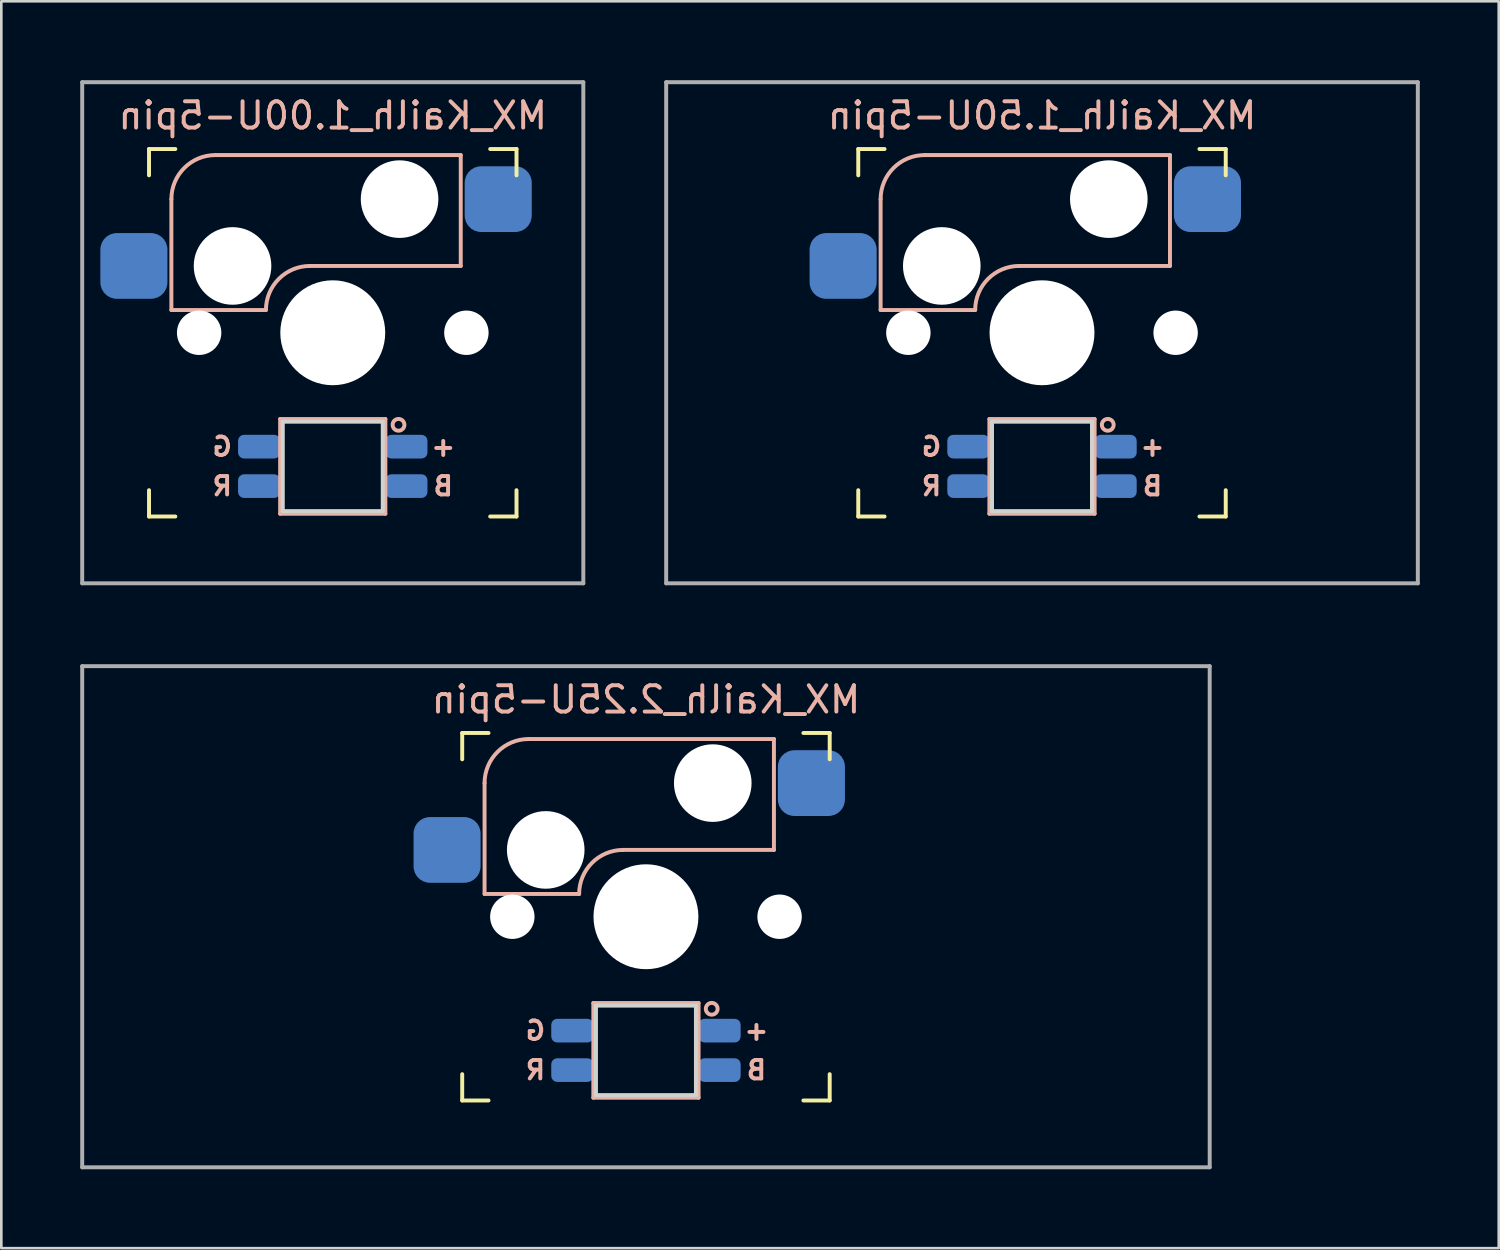
<source format=kicad_pcb>
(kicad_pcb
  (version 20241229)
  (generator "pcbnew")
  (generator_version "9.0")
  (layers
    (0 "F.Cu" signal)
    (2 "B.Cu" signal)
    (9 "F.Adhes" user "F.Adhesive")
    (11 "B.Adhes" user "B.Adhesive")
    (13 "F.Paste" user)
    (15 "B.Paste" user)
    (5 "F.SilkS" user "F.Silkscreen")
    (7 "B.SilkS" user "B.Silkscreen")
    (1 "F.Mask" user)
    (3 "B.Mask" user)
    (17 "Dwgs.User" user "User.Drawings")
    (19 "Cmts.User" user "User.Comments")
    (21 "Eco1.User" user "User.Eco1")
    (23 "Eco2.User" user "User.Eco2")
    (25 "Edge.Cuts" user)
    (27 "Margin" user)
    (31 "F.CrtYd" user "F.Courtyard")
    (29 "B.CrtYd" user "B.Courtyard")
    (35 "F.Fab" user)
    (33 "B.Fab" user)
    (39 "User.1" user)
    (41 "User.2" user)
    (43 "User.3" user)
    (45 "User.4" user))
  (footprint "MX_Kailh_1.00U-5pin"
    (layer "F.Cu")
    (at 9.6 9.6)
    (property "Reference" "MX_Kailh_1.00U-5pin" (at 0 -8.255 0) (layer "B.SilkS") (effects (font (size 1 1) (thickness 0.15)) (justify mirror)))
    (attr smd)
    (fp_line (start -6.985 -5.985) (end -6.985 -6.985) (stroke (width 0.15) (type solid)) (layer "F.SilkS"))
    (fp_line (start -6.985 6.985) (end -6.985 5.985) (stroke (width 0.15) (type solid)) (layer "F.SilkS"))
    (fp_line (start -6.985 6.985) (end -5.985 6.985) (stroke (width 0.15) (type solid)) (layer "F.SilkS"))
    (fp_line (start -5.985 -6.985) (end -6.985 -6.985) (stroke (width 0.15) (type solid)) (layer "F.SilkS"))
    (fp_line (start 5.985 6.985) (end 6.985 6.985) (stroke (width 0.15) (type solid)) (layer "F.SilkS"))
    (fp_line (start 6.985 -6.985) (end 5.985 -6.985) (stroke (width 0.15) (type solid)) (layer "F.SilkS"))
    (fp_line (start 6.985 -6.985) (end 6.985 -5.985) (stroke (width 0.15) (type solid)) (layer "F.SilkS"))
    (fp_line (start 6.985 5.985) (end 6.985 6.985) (stroke (width 0.15) (type solid)) (layer "F.SilkS"))
    (fp_line (start -6.135 -5.08) (end -6.135 -0.865) (stroke (width 0.15) (type solid)) (layer "B.SilkS"))
    (fp_line (start -6.135 -0.865) (end -2.54 -0.865) (stroke (width 0.15) (type solid)) (layer "B.SilkS"))
    (fp_line (start -4.46 -6.755) (end 4.865 -6.755) (stroke (width 0.15) (type solid)) (layer "B.SilkS"))
    (fp_line (start -2 3.28) (end -2 6.88) (stroke (width 0.15) (type solid)) (layer "B.SilkS"))
    (fp_line (start -2 6.88) (end 2 6.88) (stroke (width 0.15) (type solid)) (layer "B.SilkS"))
    (fp_line (start -0.865 -2.54) (end 4.865 -2.54) (stroke (width 0.15) (type solid)) (layer "B.SilkS"))
    (fp_line (start 2 3.28) (end -2 3.28) (stroke (width 0.15) (type solid)) (layer "B.SilkS"))
    (fp_line (start 2 6.88) (end 2 3.28) (stroke (width 0.15) (type solid)) (layer "B.SilkS"))
    (fp_line (start 4.865 -6.755) (end 4.865 -2.54) (stroke (width 0.15) (type solid)) (layer "B.SilkS"))
    (fp_arc (start -6.135 -5.08) (mid -5.644404 -6.264404) (end -4.46 -6.755) (stroke (width 0.15) (type solid)) (layer "B.SilkS"))
    (fp_arc (start -2.54 -0.865) (mid -2.049404 -2.049404) (end -0.865 -2.54) (stroke (width 0.15) (type solid)) (layer "B.SilkS"))
    (fp_circle (center 2.5 3.5) (end 2.724 3.5) (stroke (width 0.15) (type solid)) (fill no) (layer "B.SilkS"))
    (fp_line (start -6.985 6.985) (end -6.985 -6.985) (stroke (width 0.15) (type solid)) (layer "Eco2.User"))
    (fp_line (start -6.985 6.985) (end 6.985 6.985) (stroke (width 0.15) (type solid)) (layer "Eco2.User"))
    (fp_line (start 6.985 -6.985) (end -6.985 -6.985) (stroke (width 0.15) (type solid)) (layer "Eco2.User"))
    (fp_line (start 6.985 -6.985) (end 6.985 6.985) (stroke (width 0.15) (type solid)) (layer "Eco2.User"))
    (fp_line (start -1.9 3.38) (end -1.9 6.78) (stroke (width 0.15) (type solid)) (layer "Edge.Cuts"))
    (fp_line (start -1.9 3.38) (end 1.9 3.38) (stroke (width 0.15) (type solid)) (layer "Edge.Cuts"))
    (fp_line (start -1.9 6.78) (end 1.9 6.78) (stroke (width 0.15) (type solid)) (layer "Edge.Cuts"))
    (fp_line (start 1.9 3.38) (end 1.9 6.78) (stroke (width 0.15) (type solid)) (layer "Edge.Cuts"))
    (fp_line (start -9.525 -9.525) (end 9.525 -9.525) (stroke (width 0.15) (type solid)) (layer "F.Fab"))
    (fp_line (start -9.525 9.525) (end -9.525 -9.525) (stroke (width 0.15) (type solid)) (layer "F.Fab"))
    (fp_line (start 9.525 -9.525) (end 9.525 9.525) (stroke (width 0.15) (type solid)) (layer "F.Fab"))
    (fp_line (start 9.525 9.525) (end -9.525 9.525) (stroke (width 0.15) (type solid)) (layer "F.Fab"))
    (fp_text user "B" (at 4.2 5.83 0) (layer "B.SilkS") (effects (font (size 0.7 0.7) (thickness 0.15)) (justify mirror)))
    (fp_text user "R" (at -4.2 5.83 0) (layer "B.SilkS") (effects (font (size 0.7 0.7) (thickness 0.15)) (justify mirror)))
    (fp_text user "G" (at -4.2 4.33 0) (layer "B.SilkS") (effects (font (size 0.7 0.7) (thickness 0.15)) (justify mirror)))
    (fp_text user "+" (at 4.2 4.33 0) (layer "B.SilkS") (effects (font (size 0.7 0.7) (thickness 0.15)) (justify mirror)))
    (pad "" np_thru_hole circle (at -5.08 0) (size 1.688 1.688) (drill 1.688) (layers "*.Cu" "*.Mask"))
    (pad "" np_thru_hole circle (at -3.81 -2.54) (size 2.95 2.95) (drill 2.95) (layers "*.Cu" "*.Mask"))
    (pad "" np_thru_hole circle (at 0 0) (size 3.988 3.988) (drill 3.988) (layers "*.Cu" "*.Mask"))
    (pad "" np_thru_hole circle (at 2.54 -5.08) (size 2.95 2.95) (drill 2.95) (layers "*.Cu" "*.Mask"))
    (pad "" np_thru_hole circle (at 5.08 0) (size 1.688 1.688) (drill 1.688) (layers "*.Cu" "*.Mask"))
    (pad "1" smd roundrect (at 6.29 -5.08) (size 2.55 2.5) (layers "B.Cu" "B.Mask" "B.Paste") (roundrect_rratio 0.25))
    (pad "2" smd roundrect (at -7.56 -2.54) (size 2.55 2.5) (layers "B.Cu" "B.Mask" "B.Paste") (roundrect_rratio 0.25))
    (pad "3" smd roundrect (at 2.8 4.33) (size 1.6 0.9) (layers "B.Cu" "B.Mask" "B.Paste") (roundrect_rratio 0.25))
    (pad "4" smd roundrect (at -2.8 5.83) (size 1.6 0.9) (layers "B.Cu" "B.Mask" "B.Paste") (roundrect_rratio 0.25))
    (pad "5" smd roundrect (at -2.8 4.33) (size 1.6 0.9) (layers "B.Cu" "B.Mask" "B.Paste") (roundrect_rratio 0.25))
    (pad "6" smd roundrect (at 2.8 5.83) (size 1.6 0.9) (layers "B.Cu" "B.Mask" "B.Paste") (roundrect_rratio 0.25)))
  (footprint "MX_Kailh_1.50U-5pin"
    (layer "F.Cu")
    (at 36.562 9.6)
    (property "Reference" "MX_Kailh_1.50U-5pin" (at 0 -8.255 0) (layer "B.SilkS") (effects (font (size 1 1) (thickness 0.15)) (justify mirror)))
    (attr smd)
    (fp_line (start -6.985 -5.985) (end -6.985 -6.985) (stroke (width 0.15) (type solid)) (layer "F.SilkS"))
    (fp_line (start -6.985 6.985) (end -6.985 5.985) (stroke (width 0.15) (type solid)) (layer "F.SilkS"))
    (fp_line (start -6.985 6.985) (end -5.985 6.985) (stroke (width 0.15) (type solid)) (layer "F.SilkS"))
    (fp_line (start -5.985 -6.985) (end -6.985 -6.985) (stroke (width 0.15) (type solid)) (layer "F.SilkS"))
    (fp_line (start 5.985 6.985) (end 6.985 6.985) (stroke (width 0.15) (type solid)) (layer "F.SilkS"))
    (fp_line (start 6.985 -6.985) (end 5.985 -6.985) (stroke (width 0.15) (type solid)) (layer "F.SilkS"))
    (fp_line (start 6.985 -6.985) (end 6.985 -5.985) (stroke (width 0.15) (type solid)) (layer "F.SilkS"))
    (fp_line (start 6.985 5.985) (end 6.985 6.985) (stroke (width 0.15) (type solid)) (layer "F.SilkS"))
    (fp_line (start -6.135 -5.08) (end -6.135 -0.865) (stroke (width 0.15) (type solid)) (layer "B.SilkS"))
    (fp_line (start -6.135 -0.865) (end -2.54 -0.865) (stroke (width 0.15) (type solid)) (layer "B.SilkS"))
    (fp_line (start -4.46 -6.755) (end 4.865 -6.755) (stroke (width 0.15) (type solid)) (layer "B.SilkS"))
    (fp_line (start -2 3.28) (end -2 6.88) (stroke (width 0.15) (type solid)) (layer "B.SilkS"))
    (fp_line (start -2 6.88) (end 2 6.88) (stroke (width 0.15) (type solid)) (layer "B.SilkS"))
    (fp_line (start -0.865 -2.54) (end 4.865 -2.54) (stroke (width 0.15) (type solid)) (layer "B.SilkS"))
    (fp_line (start 2 3.28) (end -2 3.28) (stroke (width 0.15) (type solid)) (layer "B.SilkS"))
    (fp_line (start 2 6.88) (end 2 3.28) (stroke (width 0.15) (type solid)) (layer "B.SilkS"))
    (fp_line (start 4.865 -6.755) (end 4.865 -2.54) (stroke (width 0.15) (type solid)) (layer "B.SilkS"))
    (fp_arc (start -6.135 -5.08) (mid -5.644404 -6.264404) (end -4.46 -6.755) (stroke (width 0.15) (type solid)) (layer "B.SilkS"))
    (fp_arc (start -2.54 -0.865) (mid -2.049404 -2.049404) (end -0.865 -2.54) (stroke (width 0.15) (type solid)) (layer "B.SilkS"))
    (fp_circle (center 2.5 3.5) (end 2.724 3.5) (stroke (width 0.15) (type solid)) (fill no) (layer "B.SilkS"))
    (fp_line (start -6.985 6.985) (end -6.985 -6.985) (stroke (width 0.15) (type solid)) (layer "Eco2.User"))
    (fp_line (start -6.985 6.985) (end 6.985 6.985) (stroke (width 0.15) (type solid)) (layer "Eco2.User"))
    (fp_line (start 6.985 -6.985) (end -6.985 -6.985) (stroke (width 0.15) (type solid)) (layer "Eco2.User"))
    (fp_line (start 6.985 -6.985) (end 6.985 6.985) (stroke (width 0.15) (type solid)) (layer "Eco2.User"))
    (fp_line (start -1.9 3.38) (end -1.9 6.78) (stroke (width 0.15) (type solid)) (layer "Edge.Cuts"))
    (fp_line (start -1.9 3.38) (end 1.9 3.38) (stroke (width 0.15) (type solid)) (layer "Edge.Cuts"))
    (fp_line (start -1.9 6.78) (end 1.9 6.78) (stroke (width 0.15) (type solid)) (layer "Edge.Cuts"))
    (fp_line (start 1.9 3.38) (end 1.9 6.78) (stroke (width 0.15) (type solid)) (layer "Edge.Cuts"))
    (fp_line (start -14.287 -9.525) (end 14.287 -9.525) (stroke (width 0.15) (type solid)) (layer "F.Fab"))
    (fp_line (start -14.287 9.525) (end -14.287 -9.525) (stroke (width 0.15) (type solid)) (layer "F.Fab"))
    (fp_line (start 14.287 -9.525) (end 14.287 9.525) (stroke (width 0.15) (type solid)) (layer "F.Fab"))
    (fp_line (start 14.287 9.525) (end -14.287 9.525) (stroke (width 0.15) (type solid)) (layer "F.Fab"))
    (fp_text user "R" (at -4.2 5.83 0) (layer "B.SilkS") (effects (font (size 0.7 0.7) (thickness 0.15)) (justify mirror)))
    (fp_text user "B" (at 4.2 5.83 0) (layer "B.SilkS") (effects (font (size 0.7 0.7) (thickness 0.15)) (justify mirror)))
    (fp_text user "+" (at 4.2 4.33 0) (layer "B.SilkS") (effects (font (size 0.7 0.7) (thickness 0.15)) (justify mirror)))
    (fp_text user "G" (at -4.2 4.33 0) (layer "B.SilkS") (effects (font (size 0.7 0.7) (thickness 0.15)) (justify mirror)))
    (pad "" np_thru_hole circle (at -5.08 0) (size 1.688 1.688) (drill 1.688) (layers "*.Cu" "*.Mask"))
    (pad "" np_thru_hole circle (at -3.81 -2.54) (size 2.95 2.95) (drill 2.95) (layers "*.Cu" "*.Mask"))
    (pad "" np_thru_hole circle (at 0 0) (size 3.988 3.988) (drill 3.988) (layers "*.Cu" "*.Mask"))
    (pad "" np_thru_hole circle (at 2.54 -5.08) (size 2.95 2.95) (drill 2.95) (layers "*.Cu" "*.Mask"))
    (pad "" np_thru_hole circle (at 5.08 0) (size 1.688 1.688) (drill 1.688) (layers "*.Cu" "*.Mask"))
    (pad "1" smd roundrect (at 6.29 -5.08) (size 2.55 2.5) (layers "B.Cu" "B.Mask" "B.Paste") (roundrect_rratio 0.25))
    (pad "2" smd roundrect (at -7.56 -2.54) (size 2.55 2.5) (layers "B.Cu" "B.Mask" "B.Paste") (roundrect_rratio 0.25))
    (pad "3" smd roundrect (at 2.8 4.33) (size 1.6 0.9) (layers "B.Cu" "B.Mask" "B.Paste") (roundrect_rratio 0.25))
    (pad "4" smd roundrect (at -2.8 5.83) (size 1.6 0.9) (layers "B.Cu" "B.Mask" "B.Paste") (roundrect_rratio 0.25))
    (pad "5" smd roundrect (at -2.8 4.33) (size 1.6 0.9) (layers "B.Cu" "B.Mask" "B.Paste") (roundrect_rratio 0.25))
    (pad "6" smd roundrect (at 2.8 5.83) (size 1.6 0.9) (layers "B.Cu" "B.Mask" "B.Paste") (roundrect_rratio 0.25)))
  (footprint "MX_Kailh_2.25U-5pin"
    (layer "F.Cu")
    (at 21.506 31.8)
    (property "Reference" "MX_Kailh_2.25U-5pin" (at 0 -8.255 0) (layer "B.SilkS") (effects (font (size 1 1) (thickness 0.15)) (justify mirror)))
    (attr smd)
    (fp_line (start -6.985 -5.985) (end -6.985 -6.985) (stroke (width 0.15) (type solid)) (layer "F.SilkS"))
    (fp_line (start -6.985 6.985) (end -6.985 5.985) (stroke (width 0.15) (type solid)) (layer "F.SilkS"))
    (fp_line (start -6.985 6.985) (end -5.985 6.985) (stroke (width 0.15) (type solid)) (layer "F.SilkS"))
    (fp_line (start -5.985 -6.985) (end -6.985 -6.985) (stroke (width 0.15) (type solid)) (layer "F.SilkS"))
    (fp_line (start 5.985 6.985) (end 6.985 6.985) (stroke (width 0.15) (type solid)) (layer "F.SilkS"))
    (fp_line (start 6.985 -6.985) (end 5.985 -6.985) (stroke (width 0.15) (type solid)) (layer "F.SilkS"))
    (fp_line (start 6.985 -6.985) (end 6.985 -5.985) (stroke (width 0.15) (type solid)) (layer "F.SilkS"))
    (fp_line (start 6.985 5.985) (end 6.985 6.985) (stroke (width 0.15) (type solid)) (layer "F.SilkS"))
    (fp_line (start -6.135 -5.08) (end -6.135 -0.865) (stroke (width 0.15) (type solid)) (layer "B.SilkS"))
    (fp_line (start -6.135 -0.865) (end -2.54 -0.865) (stroke (width 0.15) (type solid)) (layer "B.SilkS"))
    (fp_line (start -4.46 -6.755) (end 4.865 -6.755) (stroke (width 0.15) (type solid)) (layer "B.SilkS"))
    (fp_line (start -2 3.28) (end -2 6.88) (stroke (width 0.15) (type solid)) (layer "B.SilkS"))
    (fp_line (start -2 6.88) (end 2 6.88) (stroke (width 0.15) (type solid)) (layer "B.SilkS"))
    (fp_line (start -0.865 -2.54) (end 4.865 -2.54) (stroke (width 0.15) (type solid)) (layer "B.SilkS"))
    (fp_line (start 2 3.28) (end -2 3.28) (stroke (width 0.15) (type solid)) (layer "B.SilkS"))
    (fp_line (start 2 6.88) (end 2 3.28) (stroke (width 0.15) (type solid)) (layer "B.SilkS"))
    (fp_line (start 4.865 -6.755) (end 4.865 -2.54) (stroke (width 0.15) (type solid)) (layer "B.SilkS"))
    (fp_arc (start -6.135 -5.08) (mid -5.644404 -6.264404) (end -4.46 -6.755) (stroke (width 0.15) (type solid)) (layer "B.SilkS"))
    (fp_arc (start -2.54 -0.865) (mid -2.049404 -2.049404) (end -0.865 -2.54) (stroke (width 0.15) (type solid)) (layer "B.SilkS"))
    (fp_circle (center 2.5 3.5) (end 2.724 3.5) (stroke (width 0.15) (type solid)) (fill no) (layer "B.SilkS"))
    (fp_line (start -6.985 6.985) (end -6.985 -6.985) (stroke (width 0.15) (type solid)) (layer "Eco2.User"))
    (fp_line (start -6.985 6.985) (end 6.985 6.985) (stroke (width 0.15) (type solid)) (layer "Eco2.User"))
    (fp_line (start 6.985 -6.985) (end -6.985 -6.985) (stroke (width 0.15) (type solid)) (layer "Eco2.User"))
    (fp_line (start 6.985 -6.985) (end 6.985 6.985) (stroke (width 0.15) (type solid)) (layer "Eco2.User"))
    (fp_line (start -1.9 3.38) (end -1.9 6.78) (stroke (width 0.15) (type solid)) (layer "Edge.Cuts"))
    (fp_line (start -1.9 3.38) (end 1.9 3.38) (stroke (width 0.15) (type solid)) (layer "Edge.Cuts"))
    (fp_line (start -1.9 6.78) (end 1.9 6.78) (stroke (width 0.15) (type solid)) (layer "Edge.Cuts"))
    (fp_line (start 1.9 3.38) (end 1.9 6.78) (stroke (width 0.15) (type solid)) (layer "Edge.Cuts"))
    (fp_line (start -21.431 -9.525) (end 21.431 -9.525) (stroke (width 0.15) (type solid)) (layer "F.Fab"))
    (fp_line (start -21.431 9.525) (end -21.431 -9.525) (stroke (width 0.15) (type solid)) (layer "F.Fab"))
    (fp_line (start 21.431 -9.525) (end 21.431 9.525) (stroke (width 0.15) (type solid)) (layer "F.Fab"))
    (fp_line (start 21.431 9.525) (end -21.431 9.525) (stroke (width 0.15) (type solid)) (layer "F.Fab"))
    (fp_text user "G" (at -4.2 4.33 0) (layer "B.SilkS") (effects (font (size 0.7 0.7) (thickness 0.15)) (justify mirror)))
    (fp_text user "R" (at -4.2 5.83 0) (layer "B.SilkS") (effects (font (size 0.7 0.7) (thickness 0.15)) (justify mirror)))
    (fp_text user "+" (at 4.2 4.33 0) (layer "B.SilkS") (effects (font (size 0.7 0.7) (thickness 0.15)) (justify mirror)))
    (fp_text user "B" (at 4.2 5.83 0) (layer "B.SilkS") (effects (font (size 0.7 0.7) (thickness 0.15)) (justify mirror)))
    (pad "" np_thru_hole circle (at -5.08 0) (size 1.688 1.688) (drill 1.688) (layers "*.Cu" "*.Mask"))
    (pad "" np_thru_hole circle (at -3.81 -2.54) (size 2.95 2.95) (drill 2.95) (layers "*.Cu" "*.Mask"))
    (pad "" np_thru_hole circle (at 0 0) (size 3.988 3.988) (drill 3.988) (layers "*.Cu" "*.Mask"))
    (pad "" np_thru_hole circle (at 2.54 -5.08) (size 2.95 2.95) (drill 2.95) (layers "*.Cu" "*.Mask"))
    (pad "" np_thru_hole circle (at 5.08 0) (size 1.688 1.688) (drill 1.688) (layers "*.Cu" "*.Mask"))
    (pad "1" smd roundrect (at 6.29 -5.08) (size 2.55 2.5) (layers "B.Cu" "B.Mask" "B.Paste") (roundrect_rratio 0.25))
    (pad "2" smd roundrect (at -7.56 -2.54) (size 2.55 2.5) (layers "B.Cu" "B.Mask" "B.Paste") (roundrect_rratio 0.25))
    (pad "3" smd roundrect (at 2.8 4.33) (size 1.6 0.9) (layers "B.Cu" "B.Mask" "B.Paste") (roundrect_rratio 0.25))
    (pad "4" smd roundrect (at -2.8 5.83) (size 1.6 0.9) (layers "B.Cu" "B.Mask" "B.Paste") (roundrect_rratio 0.25))
    (pad "5" smd roundrect (at -2.8 4.33) (size 1.6 0.9) (layers "B.Cu" "B.Mask" "B.Paste") (roundrect_rratio 0.25))
    (pad "6" smd roundrect (at 2.8 5.83) (size 1.6 0.9) (layers "B.Cu" "B.Mask" "B.Paste") (roundrect_rratio 0.25)))
  (gr_rect
    (start -3 -3)
    (end 53.925 44.4)
    (stroke (width 0.1) (type default))
    (fill no)
    (layer "Edge.Cuts")))
</source>
